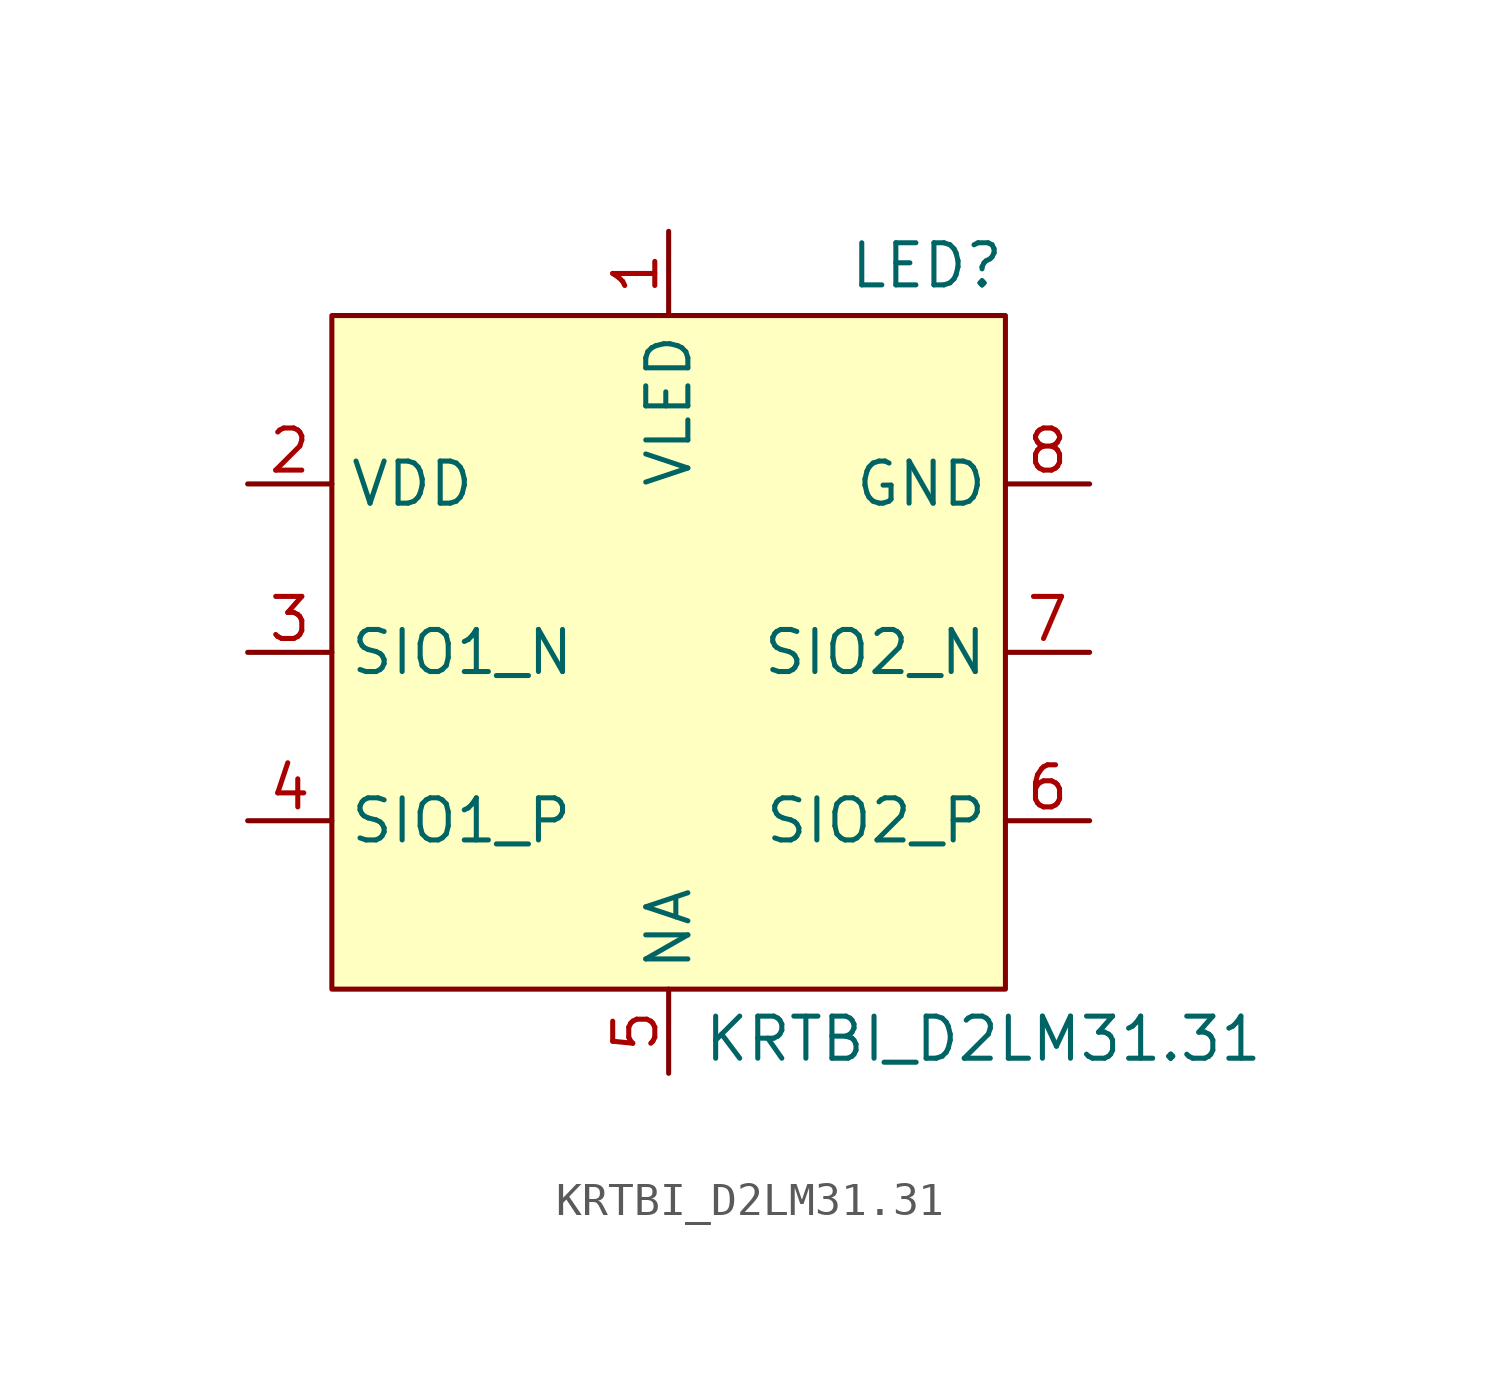
<source format=kicad_sym>
(kicad_symbol_lib
  (version 20231120)
  (generator "kicad_symbol_editor")
  (generator_version "8.0")
  (symbol "KRTBI_D2LM31.31"
    (property "Reference" "LED"
      (at 10.16 10.922 0)
      (effects (font (size 1.27 1.27)) (justify right bottom)))
    (property "Value" "KRTBI_D2LM31.31"
      (at 1.016 -10.922 0)
      (effects (font (size 1.27 1.27)) (justify left top)))
    (symbol "KRTBI_D2LM31.31_1_1"
      (rectangle (start -10.16 10.16) (end 10.16 -10.16) (stroke (width 0) (type default)) (fill (type background)))
      (pin power_in line (at 0 12.7 270) (length 2.54) (name "VLED" (effects (font (size 1.27 1.27)))) (number "1" (effects (font (size 1.27 1.27)))))
      (pin power_in line (at -12.7 5.08 0) (length 2.54) (name "VDD" (effects (font (size 1.27 1.27)))) (number "2" (effects (font (size 1.27 1.27)))))
      (pin bidirectional line (at -12.7 0 0) (length 2.54) (name "SIO1_N" (effects (font (size 1.27 1.27)))) (number "3" (effects (font (size 1.27 1.27)))))
      (pin bidirectional line (at -12.7 -5.08 0) (length 2.54) (name "SIO1_P" (effects (font (size 1.27 1.27)))) (number "4" (effects (font (size 1.27 1.27)))))
      (pin power_in line (at 0 -12.7 90) (length 2.54) (name "NA" (effects (font (size 1.27 1.27)))) (number "5" (effects (font (size 1.27 1.27)))))
      (pin bidirectional line (at 12.7 -5.08 180) (length 2.54) (name "SIO2_P" (effects (font (size 1.27 1.27)))) (number "6" (effects (font (size 1.27 1.27)))))
      (pin bidirectional line (at 12.7 0 180) (length 2.54) (name "SIO2_N" (effects (font (size 1.27 1.27)))) (number "7" (effects (font (size 1.27 1.27)))))
      (pin power_in line (at 12.7 5.08 180) (length 2.54) (name "GND" (effects (font (size 1.27 1.27)))) (number "8" (effects (font (size 1.27 1.27))))))))
</source>
